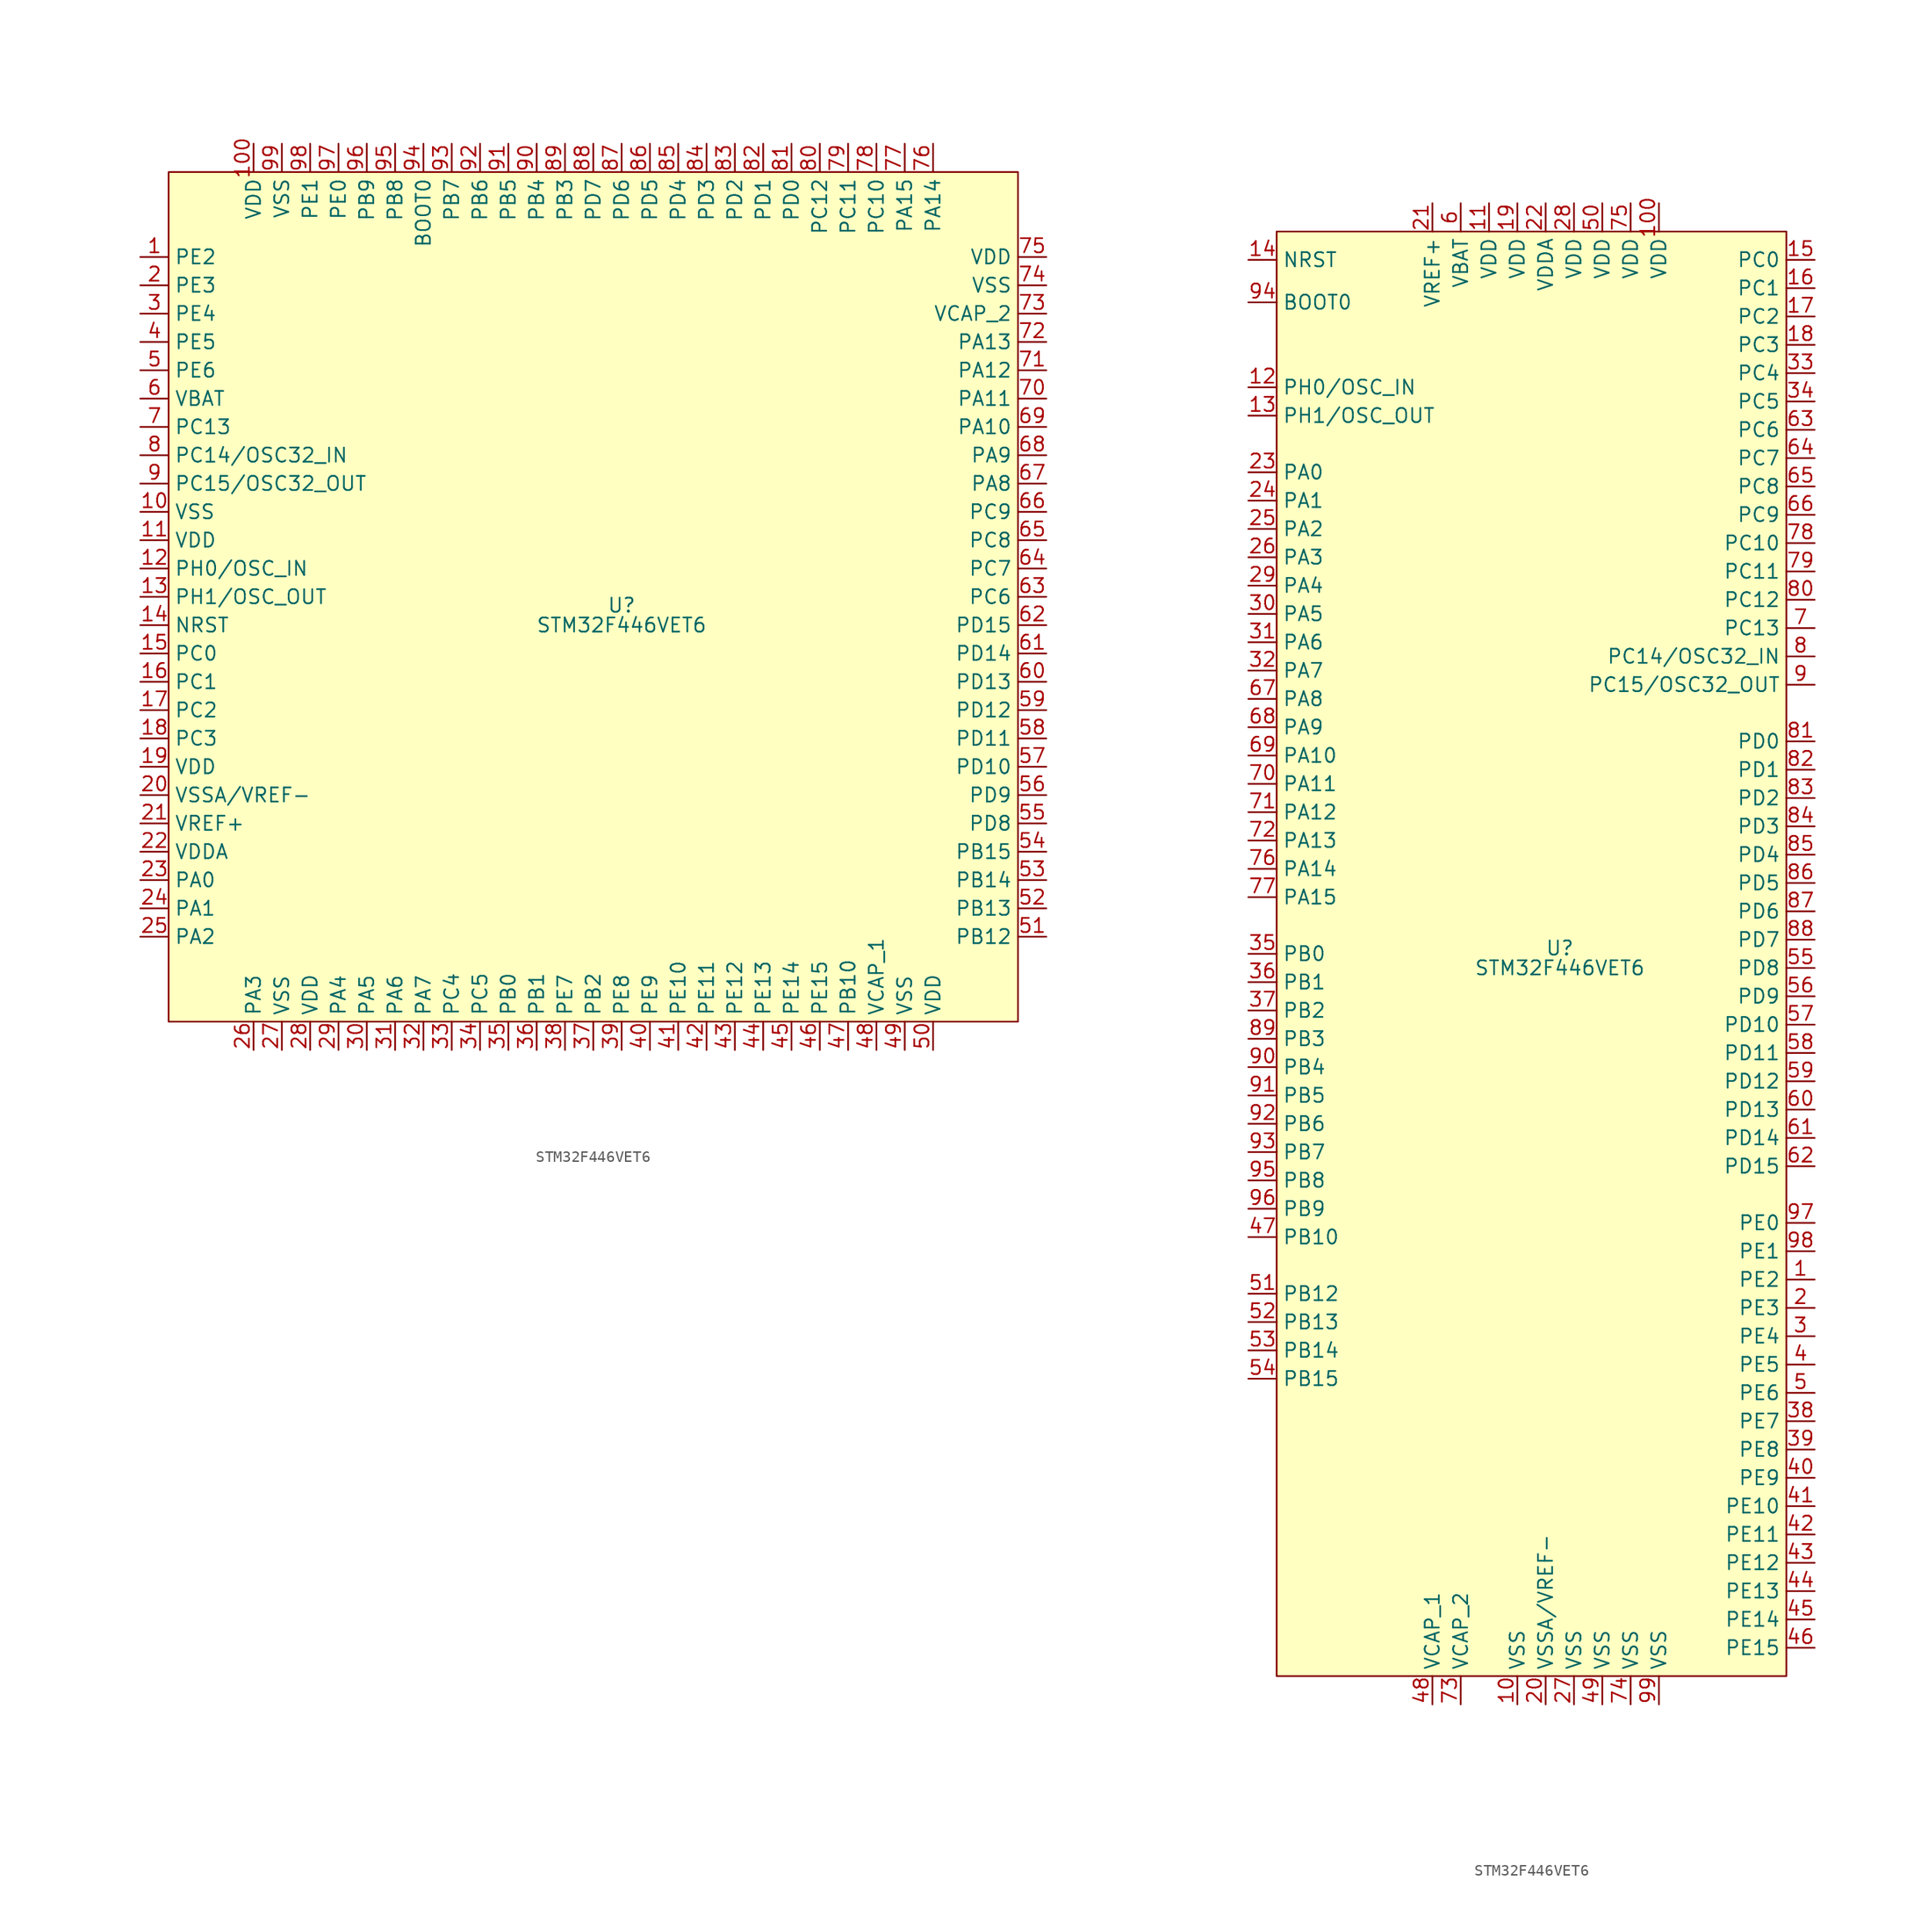
<source format=kicad_sym>
(kicad_symbol_lib
  (version 20231120)
  (generator "kicad_symbol_editor")
  (generator_version "8.0")
  (symbol "STM32F446VET6"
    (property "Reference" "U"
      (at 2.54 1.778 0)
      (effects (font (size 1.27 1.27))))
    (property "Value" "STM32F446VET6"
      (at 2.54 0 0)
      (effects (font (size 1.27 1.27))))
    (symbol "STM32F446VET6_1_1"
      (rectangle (start -38.1 40.64) (end 38.1 -35.56) (stroke (width 0) (type default)) (fill (type background)))
      (pin passive line (at -40.64 33.02 0) (length 2.54) (name "PE2" (effects (font (size 1.27 1.27)))) (number "1" (effects (font (size 1.27 1.27)))))
      (pin power_in line (at -40.64 10.16 0) (length 2.54) (name "VSS" (effects (font (size 1.27 1.27)))) (number "10" (effects (font (size 1.27 1.27)))))
      (pin power_in line (at -30.48 43.18 270) (length 2.54) (name "VDD" (effects (font (size 1.27 1.27)))) (number "100" (effects (font (size 1.27 1.27)))))
      (pin power_in line (at -40.64 7.62 0) (length 2.54) (name "VDD" (effects (font (size 1.27 1.27)))) (number "11" (effects (font (size 1.27 1.27)))))
      (pin passive line (at -40.64 5.08 0) (length 2.54) (name "PH0/OSC_IN" (effects (font (size 1.27 1.27)))) (number "12" (effects (font (size 1.27 1.27)))))
      (pin passive line (at -40.64 2.54 0) (length 2.54) (name "PH1/OSC_OUT" (effects (font (size 1.27 1.27)))) (number "13" (effects (font (size 1.27 1.27)))))
      (pin passive line (at -40.64 0 0) (length 2.54) (name "NRST" (effects (font (size 1.27 1.27)))) (number "14" (effects (font (size 1.27 1.27)))))
      (pin passive line (at -40.64 -2.54 0) (length 2.54) (name "PC0" (effects (font (size 1.27 1.27)))) (number "15" (effects (font (size 1.27 1.27)))))
      (pin passive line (at -40.64 -5.08 0) (length 2.54) (name "PC1" (effects (font (size 1.27 1.27)))) (number "16" (effects (font (size 1.27 1.27)))))
      (pin passive line (at -40.64 -7.62 0) (length 2.54) (name "PC2" (effects (font (size 1.27 1.27)))) (number "17" (effects (font (size 1.27 1.27)))))
      (pin passive line (at -40.64 -10.16 0) (length 2.54) (name "PC3" (effects (font (size 1.27 1.27)))) (number "18" (effects (font (size 1.27 1.27)))))
      (pin power_in line (at -40.64 -12.7 0) (length 2.54) (name "VDD" (effects (font (size 1.27 1.27)))) (number "19" (effects (font (size 1.27 1.27)))))
      (pin passive line (at -40.64 30.48 0) (length 2.54) (name "PE3" (effects (font (size 1.27 1.27)))) (number "2" (effects (font (size 1.27 1.27)))))
      (pin power_in line (at -40.64 -15.24 0) (length 2.54) (name "VSSA/VREF-" (effects (font (size 1.27 1.27)))) (number "20" (effects (font (size 1.27 1.27)))))
      (pin power_in line (at -40.64 -17.78 0) (length 2.54) (name "VREF+" (effects (font (size 1.27 1.27)))) (number "21" (effects (font (size 1.27 1.27)))))
      (pin power_in line (at -40.64 -20.32 0) (length 2.54) (name "VDDA" (effects (font (size 1.27 1.27)))) (number "22" (effects (font (size 1.27 1.27)))))
      (pin passive line (at -40.64 -22.86 0) (length 2.54) (name "PA0" (effects (font (size 1.27 1.27)))) (number "23" (effects (font (size 1.27 1.27)))))
      (pin passive line (at -40.64 -25.4 0) (length 2.54) (name "PA1" (effects (font (size 1.27 1.27)))) (number "24" (effects (font (size 1.27 1.27)))))
      (pin passive line (at -40.64 -27.94 0) (length 2.54) (name "PA2" (effects (font (size 1.27 1.27)))) (number "25" (effects (font (size 1.27 1.27)))))
      (pin passive line (at -30.48 -38.1 90) (length 2.54) (name "PA3" (effects (font (size 1.27 1.27)))) (number "26" (effects (font (size 1.27 1.27)))))
      (pin power_in line (at -27.94 -38.1 90) (length 2.54) (name "VSS" (effects (font (size 1.27 1.27)))) (number "27" (effects (font (size 1.27 1.27)))))
      (pin power_in line (at -25.4 -38.1 90) (length 2.54) (name "VDD" (effects (font (size 1.27 1.27)))) (number "28" (effects (font (size 1.27 1.27)))))
      (pin passive line (at -22.86 -38.1 90) (length 2.54) (name "PA4" (effects (font (size 1.27 1.27)))) (number "29" (effects (font (size 1.27 1.27)))))
      (pin passive line (at -40.64 27.94 0) (length 2.54) (name "PE4" (effects (font (size 1.27 1.27)))) (number "3" (effects (font (size 1.27 1.27)))))
      (pin passive line (at -20.32 -38.1 90) (length 2.54) (name "PA5" (effects (font (size 1.27 1.27)))) (number "30" (effects (font (size 1.27 1.27)))))
      (pin passive line (at -17.78 -38.1 90) (length 2.54) (name "PA6" (effects (font (size 1.27 1.27)))) (number "31" (effects (font (size 1.27 1.27)))))
      (pin passive line (at -15.24 -38.1 90) (length 2.54) (name "PA7" (effects (font (size 1.27 1.27)))) (number "32" (effects (font (size 1.27 1.27)))))
      (pin passive line (at -12.7 -38.1 90) (length 2.54) (name "PC4" (effects (font (size 1.27 1.27)))) (number "33" (effects (font (size 1.27 1.27)))))
      (pin passive line (at -10.16 -38.1 90) (length 2.54) (name "PC5" (effects (font (size 1.27 1.27)))) (number "34" (effects (font (size 1.27 1.27)))))
      (pin passive line (at -7.62 -38.1 90) (length 2.54) (name "PB0" (effects (font (size 1.27 1.27)))) (number "35" (effects (font (size 1.27 1.27)))))
      (pin passive line (at -5.08 -38.1 90) (length 2.54) (name "PB1" (effects (font (size 1.27 1.27)))) (number "36" (effects (font (size 1.27 1.27)))))
      (pin passive line (at 0 -38.1 90) (length 2.54) (name "PB2" (effects (font (size 1.27 1.27)))) (number "37" (effects (font (size 1.27 1.27)))))
      (pin passive line (at -2.54 -38.1 90) (length 2.54) (name "PE7" (effects (font (size 1.27 1.27)))) (number "38" (effects (font (size 1.27 1.27)))))
      (pin passive line (at 2.54 -38.1 90) (length 2.54) (name "PE8" (effects (font (size 1.27 1.27)))) (number "39" (effects (font (size 1.27 1.27)))))
      (pin passive line (at -40.64 25.4 0) (length 2.54) (name "PE5" (effects (font (size 1.27 1.27)))) (number "4" (effects (font (size 1.27 1.27)))))
      (pin passive line (at 5.08 -38.1 90) (length 2.54) (name "PE9" (effects (font (size 1.27 1.27)))) (number "40" (effects (font (size 1.27 1.27)))))
      (pin passive line (at 7.62 -38.1 90) (length 2.54) (name "PE10" (effects (font (size 1.27 1.27)))) (number "41" (effects (font (size 1.27 1.27)))))
      (pin passive line (at 10.16 -38.1 90) (length 2.54) (name "PE11" (effects (font (size 1.27 1.27)))) (number "42" (effects (font (size 1.27 1.27)))))
      (pin passive line (at 12.7 -38.1 90) (length 2.54) (name "PE12" (effects (font (size 1.27 1.27)))) (number "43" (effects (font (size 1.27 1.27)))))
      (pin passive line (at 15.24 -38.1 90) (length 2.54) (name "PE13" (effects (font (size 1.27 1.27)))) (number "44" (effects (font (size 1.27 1.27)))))
      (pin passive line (at 17.78 -38.1 90) (length 2.54) (name "PE14" (effects (font (size 1.27 1.27)))) (number "45" (effects (font (size 1.27 1.27)))))
      (pin passive line (at 20.32 -38.1 90) (length 2.54) (name "PE15" (effects (font (size 1.27 1.27)))) (number "46" (effects (font (size 1.27 1.27)))))
      (pin passive line (at 22.86 -38.1 90) (length 2.54) (name "PB10" (effects (font (size 1.27 1.27)))) (number "47" (effects (font (size 1.27 1.27)))))
      (pin passive line (at 25.4 -38.1 90) (length 2.54) (name "VCAP_1" (effects (font (size 1.27 1.27)))) (number "48" (effects (font (size 1.27 1.27)))))
      (pin power_in line (at 27.94 -38.1 90) (length 2.54) (name "VSS" (effects (font (size 1.27 1.27)))) (number "49" (effects (font (size 1.27 1.27)))))
      (pin passive line (at -40.64 22.86 0) (length 2.54) (name "PE6" (effects (font (size 1.27 1.27)))) (number "5" (effects (font (size 1.27 1.27)))))
      (pin power_in line (at 30.48 -38.1 90) (length 2.54) (name "VDD" (effects (font (size 1.27 1.27)))) (number "50" (effects (font (size 1.27 1.27)))))
      (pin passive line (at 40.64 -27.94 180) (length 2.54) (name "PB12" (effects (font (size 1.27 1.27)))) (number "51" (effects (font (size 1.27 1.27)))))
      (pin passive line (at 40.64 -25.4 180) (length 2.54) (name "PB13" (effects (font (size 1.27 1.27)))) (number "52" (effects (font (size 1.27 1.27)))))
      (pin passive line (at 40.64 -22.86 180) (length 2.54) (name "PB14" (effects (font (size 1.27 1.27)))) (number "53" (effects (font (size 1.27 1.27)))))
      (pin passive line (at 40.64 -20.32 180) (length 2.54) (name "PB15" (effects (font (size 1.27 1.27)))) (number "54" (effects (font (size 1.27 1.27)))))
      (pin passive line (at 40.64 -17.78 180) (length 2.54) (name "PD8" (effects (font (size 1.27 1.27)))) (number "55" (effects (font (size 1.27 1.27)))))
      (pin passive line (at 40.64 -15.24 180) (length 2.54) (name "PD9" (effects (font (size 1.27 1.27)))) (number "56" (effects (font (size 1.27 1.27)))))
      (pin passive line (at 40.64 -12.7 180) (length 2.54) (name "PD10" (effects (font (size 1.27 1.27)))) (number "57" (effects (font (size 1.27 1.27)))))
      (pin passive line (at 40.64 -10.16 180) (length 2.54) (name "PD11" (effects (font (size 1.27 1.27)))) (number "58" (effects (font (size 1.27 1.27)))))
      (pin passive line (at 40.64 -7.62 180) (length 2.54) (name "PD12" (effects (font (size 1.27 1.27)))) (number "59" (effects (font (size 1.27 1.27)))))
      (pin power_in line (at -40.64 20.32 0) (length 2.54) (name "VBAT" (effects (font (size 1.27 1.27)))) (number "6" (effects (font (size 1.27 1.27)))))
      (pin passive line (at 40.64 -5.08 180) (length 2.54) (name "PD13" (effects (font (size 1.27 1.27)))) (number "60" (effects (font (size 1.27 1.27)))))
      (pin passive line (at 40.64 -2.54 180) (length 2.54) (name "PD14" (effects (font (size 1.27 1.27)))) (number "61" (effects (font (size 1.27 1.27)))))
      (pin passive line (at 40.64 0 180) (length 2.54) (name "PD15" (effects (font (size 1.27 1.27)))) (number "62" (effects (font (size 1.27 1.27)))))
      (pin passive line (at 40.64 2.54 180) (length 2.54) (name "PC6" (effects (font (size 1.27 1.27)))) (number "63" (effects (font (size 1.27 1.27)))))
      (pin passive line (at 40.64 5.08 180) (length 2.54) (name "PC7" (effects (font (size 1.27 1.27)))) (number "64" (effects (font (size 1.27 1.27)))))
      (pin passive line (at 40.64 7.62 180) (length 2.54) (name "PC8" (effects (font (size 1.27 1.27)))) (number "65" (effects (font (size 1.27 1.27)))))
      (pin passive line (at 40.64 10.16 180) (length 2.54) (name "PC9" (effects (font (size 1.27 1.27)))) (number "66" (effects (font (size 1.27 1.27)))))
      (pin passive line (at 40.64 12.7 180) (length 2.54) (name "PA8" (effects (font (size 1.27 1.27)))) (number "67" (effects (font (size 1.27 1.27)))))
      (pin passive line (at 40.64 15.24 180) (length 2.54) (name "PA9" (effects (font (size 1.27 1.27)))) (number "68" (effects (font (size 1.27 1.27)))))
      (pin passive line (at 40.64 17.78 180) (length 2.54) (name "PA10" (effects (font (size 1.27 1.27)))) (number "69" (effects (font (size 1.27 1.27)))))
      (pin passive line (at -40.64 17.78 0) (length 2.54) (name "PC13" (effects (font (size 1.27 1.27)))) (number "7" (effects (font (size 1.27 1.27)))))
      (pin passive line (at 40.64 20.32 180) (length 2.54) (name "PA11" (effects (font (size 1.27 1.27)))) (number "70" (effects (font (size 1.27 1.27)))))
      (pin passive line (at 40.64 22.86 180) (length 2.54) (name "PA12" (effects (font (size 1.27 1.27)))) (number "71" (effects (font (size 1.27 1.27)))))
      (pin passive line (at 40.64 25.4 180) (length 2.54) (name "PA13" (effects (font (size 1.27 1.27)))) (number "72" (effects (font (size 1.27 1.27)))))
      (pin passive line (at 40.64 27.94 180) (length 2.54) (name "VCAP_2" (effects (font (size 1.27 1.27)))) (number "73" (effects (font (size 1.27 1.27)))))
      (pin power_in line (at 40.64 30.48 180) (length 2.54) (name "VSS" (effects (font (size 1.27 1.27)))) (number "74" (effects (font (size 1.27 1.27)))))
      (pin power_in line (at 40.64 33.02 180) (length 2.54) (name "VDD" (effects (font (size 1.27 1.27)))) (number "75" (effects (font (size 1.27 1.27)))))
      (pin passive line (at 30.48 43.18 270) (length 2.54) (name "PA14" (effects (font (size 1.27 1.27)))) (number "76" (effects (font (size 1.27 1.27)))))
      (pin passive line (at 27.94 43.18 270) (length 2.54) (name "PA15" (effects (font (size 1.27 1.27)))) (number "77" (effects (font (size 1.27 1.27)))))
      (pin passive line (at 25.4 43.18 270) (length 2.54) (name "PC10" (effects (font (size 1.27 1.27)))) (number "78" (effects (font (size 1.27 1.27)))))
      (pin passive line (at 22.86 43.18 270) (length 2.54) (name "PC11" (effects (font (size 1.27 1.27)))) (number "79" (effects (font (size 1.27 1.27)))))
      (pin passive line (at -40.64 15.24 0) (length 2.54) (name "PC14/OSC32_IN" (effects (font (size 1.27 1.27)))) (number "8" (effects (font (size 1.27 1.27)))))
      (pin passive line (at 20.32 43.18 270) (length 2.54) (name "PC12" (effects (font (size 1.27 1.27)))) (number "80" (effects (font (size 1.27 1.27)))))
      (pin passive line (at 17.78 43.18 270) (length 2.54) (name "PD0" (effects (font (size 1.27 1.27)))) (number "81" (effects (font (size 1.27 1.27)))))
      (pin passive line (at 15.24 43.18 270) (length 2.54) (name "PD1" (effects (font (size 1.27 1.27)))) (number "82" (effects (font (size 1.27 1.27)))))
      (pin passive line (at 12.7 43.18 270) (length 2.54) (name "PD2" (effects (font (size 1.27 1.27)))) (number "83" (effects (font (size 1.27 1.27)))))
      (pin passive line (at 10.16 43.18 270) (length 2.54) (name "PD3" (effects (font (size 1.27 1.27)))) (number "84" (effects (font (size 1.27 1.27)))))
      (pin passive line (at 7.62 43.18 270) (length 2.54) (name "PD4" (effects (font (size 1.27 1.27)))) (number "85" (effects (font (size 1.27 1.27)))))
      (pin passive line (at 5.08 43.18 270) (length 2.54) (name "PD5" (effects (font (size 1.27 1.27)))) (number "86" (effects (font (size 1.27 1.27)))))
      (pin passive line (at 2.54 43.18 270) (length 2.54) (name "PD6" (effects (font (size 1.27 1.27)))) (number "87" (effects (font (size 1.27 1.27)))))
      (pin passive line (at 0 43.18 270) (length 2.54) (name "PD7" (effects (font (size 1.27 1.27)))) (number "88" (effects (font (size 1.27 1.27)))))
      (pin passive line (at -2.54 43.18 270) (length 2.54) (name "PB3" (effects (font (size 1.27 1.27)))) (number "89" (effects (font (size 1.27 1.27)))))
      (pin passive line (at -40.64 12.7 0) (length 2.54) (name "PC15/OSC32_OUT" (effects (font (size 1.27 1.27)))) (number "9" (effects (font (size 1.27 1.27)))))
      (pin passive line (at -5.08 43.18 270) (length 2.54) (name "PB4" (effects (font (size 1.27 1.27)))) (number "90" (effects (font (size 1.27 1.27)))))
      (pin passive line (at -7.62 43.18 270) (length 2.54) (name "PB5" (effects (font (size 1.27 1.27)))) (number "91" (effects (font (size 1.27 1.27)))))
      (pin passive line (at -10.16 43.18 270) (length 2.54) (name "PB6" (effects (font (size 1.27 1.27)))) (number "92" (effects (font (size 1.27 1.27)))))
      (pin passive line (at -12.7 43.18 270) (length 2.54) (name "PB7" (effects (font (size 1.27 1.27)))) (number "93" (effects (font (size 1.27 1.27)))))
      (pin passive line (at -15.24 43.18 270) (length 2.54) (name "BOOT0" (effects (font (size 1.27 1.27)))) (number "94" (effects (font (size 1.27 1.27)))))
      (pin passive line (at -17.78 43.18 270) (length 2.54) (name "PB8" (effects (font (size 1.27 1.27)))) (number "95" (effects (font (size 1.27 1.27)))))
      (pin passive line (at -20.32 43.18 270) (length 2.54) (name "PB9" (effects (font (size 1.27 1.27)))) (number "96" (effects (font (size 1.27 1.27)))))
      (pin passive line (at -22.86 43.18 270) (length 2.54) (name "PE0" (effects (font (size 1.27 1.27)))) (number "97" (effects (font (size 1.27 1.27)))))
      (pin passive line (at -25.4 43.18 270) (length 2.54) (name "PE1" (effects (font (size 1.27 1.27)))) (number "98" (effects (font (size 1.27 1.27)))))
      (pin power_in line (at -27.94 43.18 270) (length 2.54) (name "VSS" (effects (font (size 1.27 1.27)))) (number "99" (effects (font (size 1.27 1.27))))))
    (symbol "STM32F446VET6_1_2"
      (rectangle (start -22.86 66.04) (end 22.86 -63.5) (stroke (width 0) (type default)) (fill (type background)))
      (pin passive line (at 25.4 -27.94 180) (length 2.54) (name "PE2" (effects (font (size 1.27 1.27)))) (number "1" (effects (font (size 1.27 1.27)))))
      (pin power_in line (at -1.27 -66.04 90) (length 2.54) (name "VSS" (effects (font (size 1.27 1.27)))) (number "10" (effects (font (size 1.27 1.27)))))
      (pin power_in line (at 11.43 68.58 270) (length 2.54) (name "VDD" (effects (font (size 1.27 1.27)))) (number "100" (effects (font (size 1.27 1.27)))))
      (pin power_in line (at -3.81 68.58 270) (length 2.54) (name "VDD" (effects (font (size 1.27 1.27)))) (number "11" (effects (font (size 1.27 1.27)))))
      (pin passive line (at -25.4 52.07 0) (length 2.54) (name "PH0/OSC_IN" (effects (font (size 1.27 1.27)))) (number "12" (effects (font (size 1.27 1.27)))))
      (pin passive line (at -25.4 49.53 0) (length 2.54) (name "PH1/OSC_OUT" (effects (font (size 1.27 1.27)))) (number "13" (effects (font (size 1.27 1.27)))))
      (pin passive line (at -25.4 63.5 0) (length 2.54) (name "NRST" (effects (font (size 1.27 1.27)))) (number "14" (effects (font (size 1.27 1.27)))))
      (pin passive line (at 25.4 63.5 180) (length 2.54) (name "PC0" (effects (font (size 1.27 1.27)))) (number "15" (effects (font (size 1.27 1.27)))))
      (pin passive line (at 25.4 60.96 180) (length 2.54) (name "PC1" (effects (font (size 1.27 1.27)))) (number "16" (effects (font (size 1.27 1.27)))))
      (pin passive line (at 25.4 58.42 180) (length 2.54) (name "PC2" (effects (font (size 1.27 1.27)))) (number "17" (effects (font (size 1.27 1.27)))))
      (pin passive line (at 25.4 55.88 180) (length 2.54) (name "PC3" (effects (font (size 1.27 1.27)))) (number "18" (effects (font (size 1.27 1.27)))))
      (pin power_in line (at -1.27 68.58 270) (length 2.54) (name "VDD" (effects (font (size 1.27 1.27)))) (number "19" (effects (font (size 1.27 1.27)))))
      (pin passive line (at 25.4 -30.48 180) (length 2.54) (name "PE3" (effects (font (size 1.27 1.27)))) (number "2" (effects (font (size 1.27 1.27)))))
      (pin power_in line (at 1.27 -66.04 90) (length 2.54) (name "VSSA/VREF-" (effects (font (size 1.27 1.27)))) (number "20" (effects (font (size 1.27 1.27)))))
      (pin power_in line (at -8.89 68.58 270) (length 2.54) (name "VREF+" (effects (font (size 1.27 1.27)))) (number "21" (effects (font (size 1.27 1.27)))))
      (pin power_in line (at 1.27 68.58 270) (length 2.54) (name "VDDA" (effects (font (size 1.27 1.27)))) (number "22" (effects (font (size 1.27 1.27)))))
      (pin passive line (at -25.4 44.45 0) (length 2.54) (name "PA0" (effects (font (size 1.27 1.27)))) (number "23" (effects (font (size 1.27 1.27)))))
      (pin passive line (at -25.4 41.91 0) (length 2.54) (name "PA1" (effects (font (size 1.27 1.27)))) (number "24" (effects (font (size 1.27 1.27)))))
      (pin passive line (at -25.4 39.37 0) (length 2.54) (name "PA2" (effects (font (size 1.27 1.27)))) (number "25" (effects (font (size 1.27 1.27)))))
      (pin passive line (at -25.4 36.83 0) (length 2.54) (name "PA3" (effects (font (size 1.27 1.27)))) (number "26" (effects (font (size 1.27 1.27)))))
      (pin power_in line (at 3.81 -66.04 90) (length 2.54) (name "VSS" (effects (font (size 1.27 1.27)))) (number "27" (effects (font (size 1.27 1.27)))))
      (pin power_in line (at 3.81 68.58 270) (length 2.54) (name "VDD" (effects (font (size 1.27 1.27)))) (number "28" (effects (font (size 1.27 1.27)))))
      (pin passive line (at -25.4 34.29 0) (length 2.54) (name "PA4" (effects (font (size 1.27 1.27)))) (number "29" (effects (font (size 1.27 1.27)))))
      (pin passive line (at 25.4 -33.02 180) (length 2.54) (name "PE4" (effects (font (size 1.27 1.27)))) (number "3" (effects (font (size 1.27 1.27)))))
      (pin passive line (at -25.4 31.75 0) (length 2.54) (name "PA5" (effects (font (size 1.27 1.27)))) (number "30" (effects (font (size 1.27 1.27)))))
      (pin passive line (at -25.4 29.21 0) (length 2.54) (name "PA6" (effects (font (size 1.27 1.27)))) (number "31" (effects (font (size 1.27 1.27)))))
      (pin passive line (at -25.4 26.67 0) (length 2.54) (name "PA7" (effects (font (size 1.27 1.27)))) (number "32" (effects (font (size 1.27 1.27)))))
      (pin passive line (at 25.4 53.34 180) (length 2.54) (name "PC4" (effects (font (size 1.27 1.27)))) (number "33" (effects (font (size 1.27 1.27)))))
      (pin passive line (at 25.4 50.8 180) (length 2.54) (name "PC5" (effects (font (size 1.27 1.27)))) (number "34" (effects (font (size 1.27 1.27)))))
      (pin passive line (at -25.4 1.27 0) (length 2.54) (name "PB0" (effects (font (size 1.27 1.27)))) (number "35" (effects (font (size 1.27 1.27)))))
      (pin passive line (at -25.4 -1.27 0) (length 2.54) (name "PB1" (effects (font (size 1.27 1.27)))) (number "36" (effects (font (size 1.27 1.27)))))
      (pin passive line (at -25.4 -3.81 0) (length 2.54) (name "PB2" (effects (font (size 1.27 1.27)))) (number "37" (effects (font (size 1.27 1.27)))))
      (pin passive line (at 25.4 -40.64 180) (length 2.54) (name "PE7" (effects (font (size 1.27 1.27)))) (number "38" (effects (font (size 1.27 1.27)))))
      (pin passive line (at 25.4 -43.18 180) (length 2.54) (name "PE8" (effects (font (size 1.27 1.27)))) (number "39" (effects (font (size 1.27 1.27)))))
      (pin passive line (at 25.4 -35.56 180) (length 2.54) (name "PE5" (effects (font (size 1.27 1.27)))) (number "4" (effects (font (size 1.27 1.27)))))
      (pin passive line (at 25.4 -45.72 180) (length 2.54) (name "PE9" (effects (font (size 1.27 1.27)))) (number "40" (effects (font (size 1.27 1.27)))))
      (pin passive line (at 25.4 -48.26 180) (length 2.54) (name "PE10" (effects (font (size 1.27 1.27)))) (number "41" (effects (font (size 1.27 1.27)))))
      (pin passive line (at 25.4 -50.8 180) (length 2.54) (name "PE11" (effects (font (size 1.27 1.27)))) (number "42" (effects (font (size 1.27 1.27)))))
      (pin passive line (at 25.4 -53.34 180) (length 2.54) (name "PE12" (effects (font (size 1.27 1.27)))) (number "43" (effects (font (size 1.27 1.27)))))
      (pin passive line (at 25.4 -55.88 180) (length 2.54) (name "PE13" (effects (font (size 1.27 1.27)))) (number "44" (effects (font (size 1.27 1.27)))))
      (pin passive line (at 25.4 -58.42 180) (length 2.54) (name "PE14" (effects (font (size 1.27 1.27)))) (number "45" (effects (font (size 1.27 1.27)))))
      (pin passive line (at 25.4 -60.96 180) (length 2.54) (name "PE15" (effects (font (size 1.27 1.27)))) (number "46" (effects (font (size 1.27 1.27)))))
      (pin passive line (at -25.4 -24.13 0) (length 2.54) (name "PB10" (effects (font (size 1.27 1.27)))) (number "47" (effects (font (size 1.27 1.27)))))
      (pin passive line (at -8.89 -66.04 90) (length 2.54) (name "VCAP_1" (effects (font (size 1.27 1.27)))) (number "48" (effects (font (size 1.27 1.27)))))
      (pin power_in line (at 6.35 -66.04 90) (length 2.54) (name "VSS" (effects (font (size 1.27 1.27)))) (number "49" (effects (font (size 1.27 1.27)))))
      (pin passive line (at 25.4 -38.1 180) (length 2.54) (name "PE6" (effects (font (size 1.27 1.27)))) (number "5" (effects (font (size 1.27 1.27)))))
      (pin power_in line (at 6.35 68.58 270) (length 2.54) (name "VDD" (effects (font (size 1.27 1.27)))) (number "50" (effects (font (size 1.27 1.27)))))
      (pin passive line (at -25.4 -29.21 0) (length 2.54) (name "PB12" (effects (font (size 1.27 1.27)))) (number "51" (effects (font (size 1.27 1.27)))))
      (pin passive line (at -25.4 -31.75 0) (length 2.54) (name "PB13" (effects (font (size 1.27 1.27)))) (number "52" (effects (font (size 1.27 1.27)))))
      (pin passive line (at -25.4 -34.29 0) (length 2.54) (name "PB14" (effects (font (size 1.27 1.27)))) (number "53" (effects (font (size 1.27 1.27)))))
      (pin passive line (at -25.4 -36.83 0) (length 2.54) (name "PB15" (effects (font (size 1.27 1.27)))) (number "54" (effects (font (size 1.27 1.27)))))
      (pin passive line (at 25.4 0 180) (length 2.54) (name "PD8" (effects (font (size 1.27 1.27)))) (number "55" (effects (font (size 1.27 1.27)))))
      (pin passive line (at 25.4 -2.54 180) (length 2.54) (name "PD9" (effects (font (size 1.27 1.27)))) (number "56" (effects (font (size 1.27 1.27)))))
      (pin passive line (at 25.4 -5.08 180) (length 2.54) (name "PD10" (effects (font (size 1.27 1.27)))) (number "57" (effects (font (size 1.27 1.27)))))
      (pin passive line (at 25.4 -7.62 180) (length 2.54) (name "PD11" (effects (font (size 1.27 1.27)))) (number "58" (effects (font (size 1.27 1.27)))))
      (pin passive line (at 25.4 -10.16 180) (length 2.54) (name "PD12" (effects (font (size 1.27 1.27)))) (number "59" (effects (font (size 1.27 1.27)))))
      (pin power_in line (at -6.35 68.58 270) (length 2.54) (name "VBAT" (effects (font (size 1.27 1.27)))) (number "6" (effects (font (size 1.27 1.27)))))
      (pin passive line (at 25.4 -12.7 180) (length 2.54) (name "PD13" (effects (font (size 1.27 1.27)))) (number "60" (effects (font (size 1.27 1.27)))))
      (pin passive line (at 25.4 -15.24 180) (length 2.54) (name "PD14" (effects (font (size 1.27 1.27)))) (number "61" (effects (font (size 1.27 1.27)))))
      (pin passive line (at 25.4 -17.78 180) (length 2.54) (name "PD15" (effects (font (size 1.27 1.27)))) (number "62" (effects (font (size 1.27 1.27)))))
      (pin passive line (at 25.4 48.26 180) (length 2.54) (name "PC6" (effects (font (size 1.27 1.27)))) (number "63" (effects (font (size 1.27 1.27)))))
      (pin passive line (at 25.4 45.72 180) (length 2.54) (name "PC7" (effects (font (size 1.27 1.27)))) (number "64" (effects (font (size 1.27 1.27)))))
      (pin passive line (at 25.4 43.18 180) (length 2.54) (name "PC8" (effects (font (size 1.27 1.27)))) (number "65" (effects (font (size 1.27 1.27)))))
      (pin passive line (at 25.4 40.64 180) (length 2.54) (name "PC9" (effects (font (size 1.27 1.27)))) (number "66" (effects (font (size 1.27 1.27)))))
      (pin passive line (at -25.4 24.13 0) (length 2.54) (name "PA8" (effects (font (size 1.27 1.27)))) (number "67" (effects (font (size 1.27 1.27)))))
      (pin passive line (at -25.4 21.59 0) (length 2.54) (name "PA9" (effects (font (size 1.27 1.27)))) (number "68" (effects (font (size 1.27 1.27)))))
      (pin passive line (at -25.4 19.05 0) (length 2.54) (name "PA10" (effects (font (size 1.27 1.27)))) (number "69" (effects (font (size 1.27 1.27)))))
      (pin passive line (at 25.4 30.48 180) (length 2.54) (name "PC13" (effects (font (size 1.27 1.27)))) (number "7" (effects (font (size 1.27 1.27)))))
      (pin passive line (at -25.4 16.51 0) (length 2.54) (name "PA11" (effects (font (size 1.27 1.27)))) (number "70" (effects (font (size 1.27 1.27)))))
      (pin passive line (at -25.4 13.97 0) (length 2.54) (name "PA12" (effects (font (size 1.27 1.27)))) (number "71" (effects (font (size 1.27 1.27)))))
      (pin passive line (at -25.4 11.43 0) (length 2.54) (name "PA13" (effects (font (size 1.27 1.27)))) (number "72" (effects (font (size 1.27 1.27)))))
      (pin passive line (at -6.35 -66.04 90) (length 2.54) (name "VCAP_2" (effects (font (size 1.27 1.27)))) (number "73" (effects (font (size 1.27 1.27)))))
      (pin power_in line (at 8.89 -66.04 90) (length 2.54) (name "VSS" (effects (font (size 1.27 1.27)))) (number "74" (effects (font (size 1.27 1.27)))))
      (pin power_in line (at 8.89 68.58 270) (length 2.54) (name "VDD" (effects (font (size 1.27 1.27)))) (number "75" (effects (font (size 1.27 1.27)))))
      (pin passive line (at -25.4 8.89 0) (length 2.54) (name "PA14" (effects (font (size 1.27 1.27)))) (number "76" (effects (font (size 1.27 1.27)))))
      (pin passive line (at -25.4 6.35 0) (length 2.54) (name "PA15" (effects (font (size 1.27 1.27)))) (number "77" (effects (font (size 1.27 1.27)))))
      (pin passive line (at 25.4 38.1 180) (length 2.54) (name "PC10" (effects (font (size 1.27 1.27)))) (number "78" (effects (font (size 1.27 1.27)))))
      (pin passive line (at 25.4 35.56 180) (length 2.54) (name "PC11" (effects (font (size 1.27 1.27)))) (number "79" (effects (font (size 1.27 1.27)))))
      (pin passive line (at 25.4 27.94 180) (length 2.54) (name "PC14/OSC32_IN" (effects (font (size 1.27 1.27)))) (number "8" (effects (font (size 1.27 1.27)))))
      (pin passive line (at 25.4 33.02 180) (length 2.54) (name "PC12" (effects (font (size 1.27 1.27)))) (number "80" (effects (font (size 1.27 1.27)))))
      (pin passive line (at 25.4 20.32 180) (length 2.54) (name "PD0" (effects (font (size 1.27 1.27)))) (number "81" (effects (font (size 1.27 1.27)))))
      (pin passive line (at 25.4 17.78 180) (length 2.54) (name "PD1" (effects (font (size 1.27 1.27)))) (number "82" (effects (font (size 1.27 1.27)))))
      (pin passive line (at 25.4 15.24 180) (length 2.54) (name "PD2" (effects (font (size 1.27 1.27)))) (number "83" (effects (font (size 1.27 1.27)))))
      (pin passive line (at 25.4 12.7 180) (length 2.54) (name "PD3" (effects (font (size 1.27 1.27)))) (number "84" (effects (font (size 1.27 1.27)))))
      (pin passive line (at 25.4 10.16 180) (length 2.54) (name "PD4" (effects (font (size 1.27 1.27)))) (number "85" (effects (font (size 1.27 1.27)))))
      (pin passive line (at 25.4 7.62 180) (length 2.54) (name "PD5" (effects (font (size 1.27 1.27)))) (number "86" (effects (font (size 1.27 1.27)))))
      (pin passive line (at 25.4 5.08 180) (length 2.54) (name "PD6" (effects (font (size 1.27 1.27)))) (number "87" (effects (font (size 1.27 1.27)))))
      (pin passive line (at 25.4 2.54 180) (length 2.54) (name "PD7" (effects (font (size 1.27 1.27)))) (number "88" (effects (font (size 1.27 1.27)))))
      (pin passive line (at -25.4 -6.35 0) (length 2.54) (name "PB3" (effects (font (size 1.27 1.27)))) (number "89" (effects (font (size 1.27 1.27)))))
      (pin passive line (at 25.4 25.4 180) (length 2.54) (name "PC15/OSC32_OUT" (effects (font (size 1.27 1.27)))) (number "9" (effects (font (size 1.27 1.27)))))
      (pin passive line (at -25.4 -8.89 0) (length 2.54) (name "PB4" (effects (font (size 1.27 1.27)))) (number "90" (effects (font (size 1.27 1.27)))))
      (pin passive line (at -25.4 -11.43 0) (length 2.54) (name "PB5" (effects (font (size 1.27 1.27)))) (number "91" (effects (font (size 1.27 1.27)))))
      (pin passive line (at -25.4 -13.97 0) (length 2.54) (name "PB6" (effects (font (size 1.27 1.27)))) (number "92" (effects (font (size 1.27 1.27)))))
      (pin passive line (at -25.4 -16.51 0) (length 2.54) (name "PB7" (effects (font (size 1.27 1.27)))) (number "93" (effects (font (size 1.27 1.27)))))
      (pin passive line (at -25.4 59.69 0) (length 2.54) (name "BOOT0" (effects (font (size 1.27 1.27)))) (number "94" (effects (font (size 1.27 1.27)))))
      (pin passive line (at -25.4 -19.05 0) (length 2.54) (name "PB8" (effects (font (size 1.27 1.27)))) (number "95" (effects (font (size 1.27 1.27)))))
      (pin passive line (at -25.4 -21.59 0) (length 2.54) (name "PB9" (effects (font (size 1.27 1.27)))) (number "96" (effects (font (size 1.27 1.27)))))
      (pin passive line (at 25.4 -22.86 180) (length 2.54) (name "PE0" (effects (font (size 1.27 1.27)))) (number "97" (effects (font (size 1.27 1.27)))))
      (pin passive line (at 25.4 -25.4 180) (length 2.54) (name "PE1" (effects (font (size 1.27 1.27)))) (number "98" (effects (font (size 1.27 1.27)))))
      (pin power_in line (at 11.43 -66.04 90) (length 2.54) (name "VSS" (effects (font (size 1.27 1.27)))) (number "99" (effects (font (size 1.27 1.27))))))))
</source>
